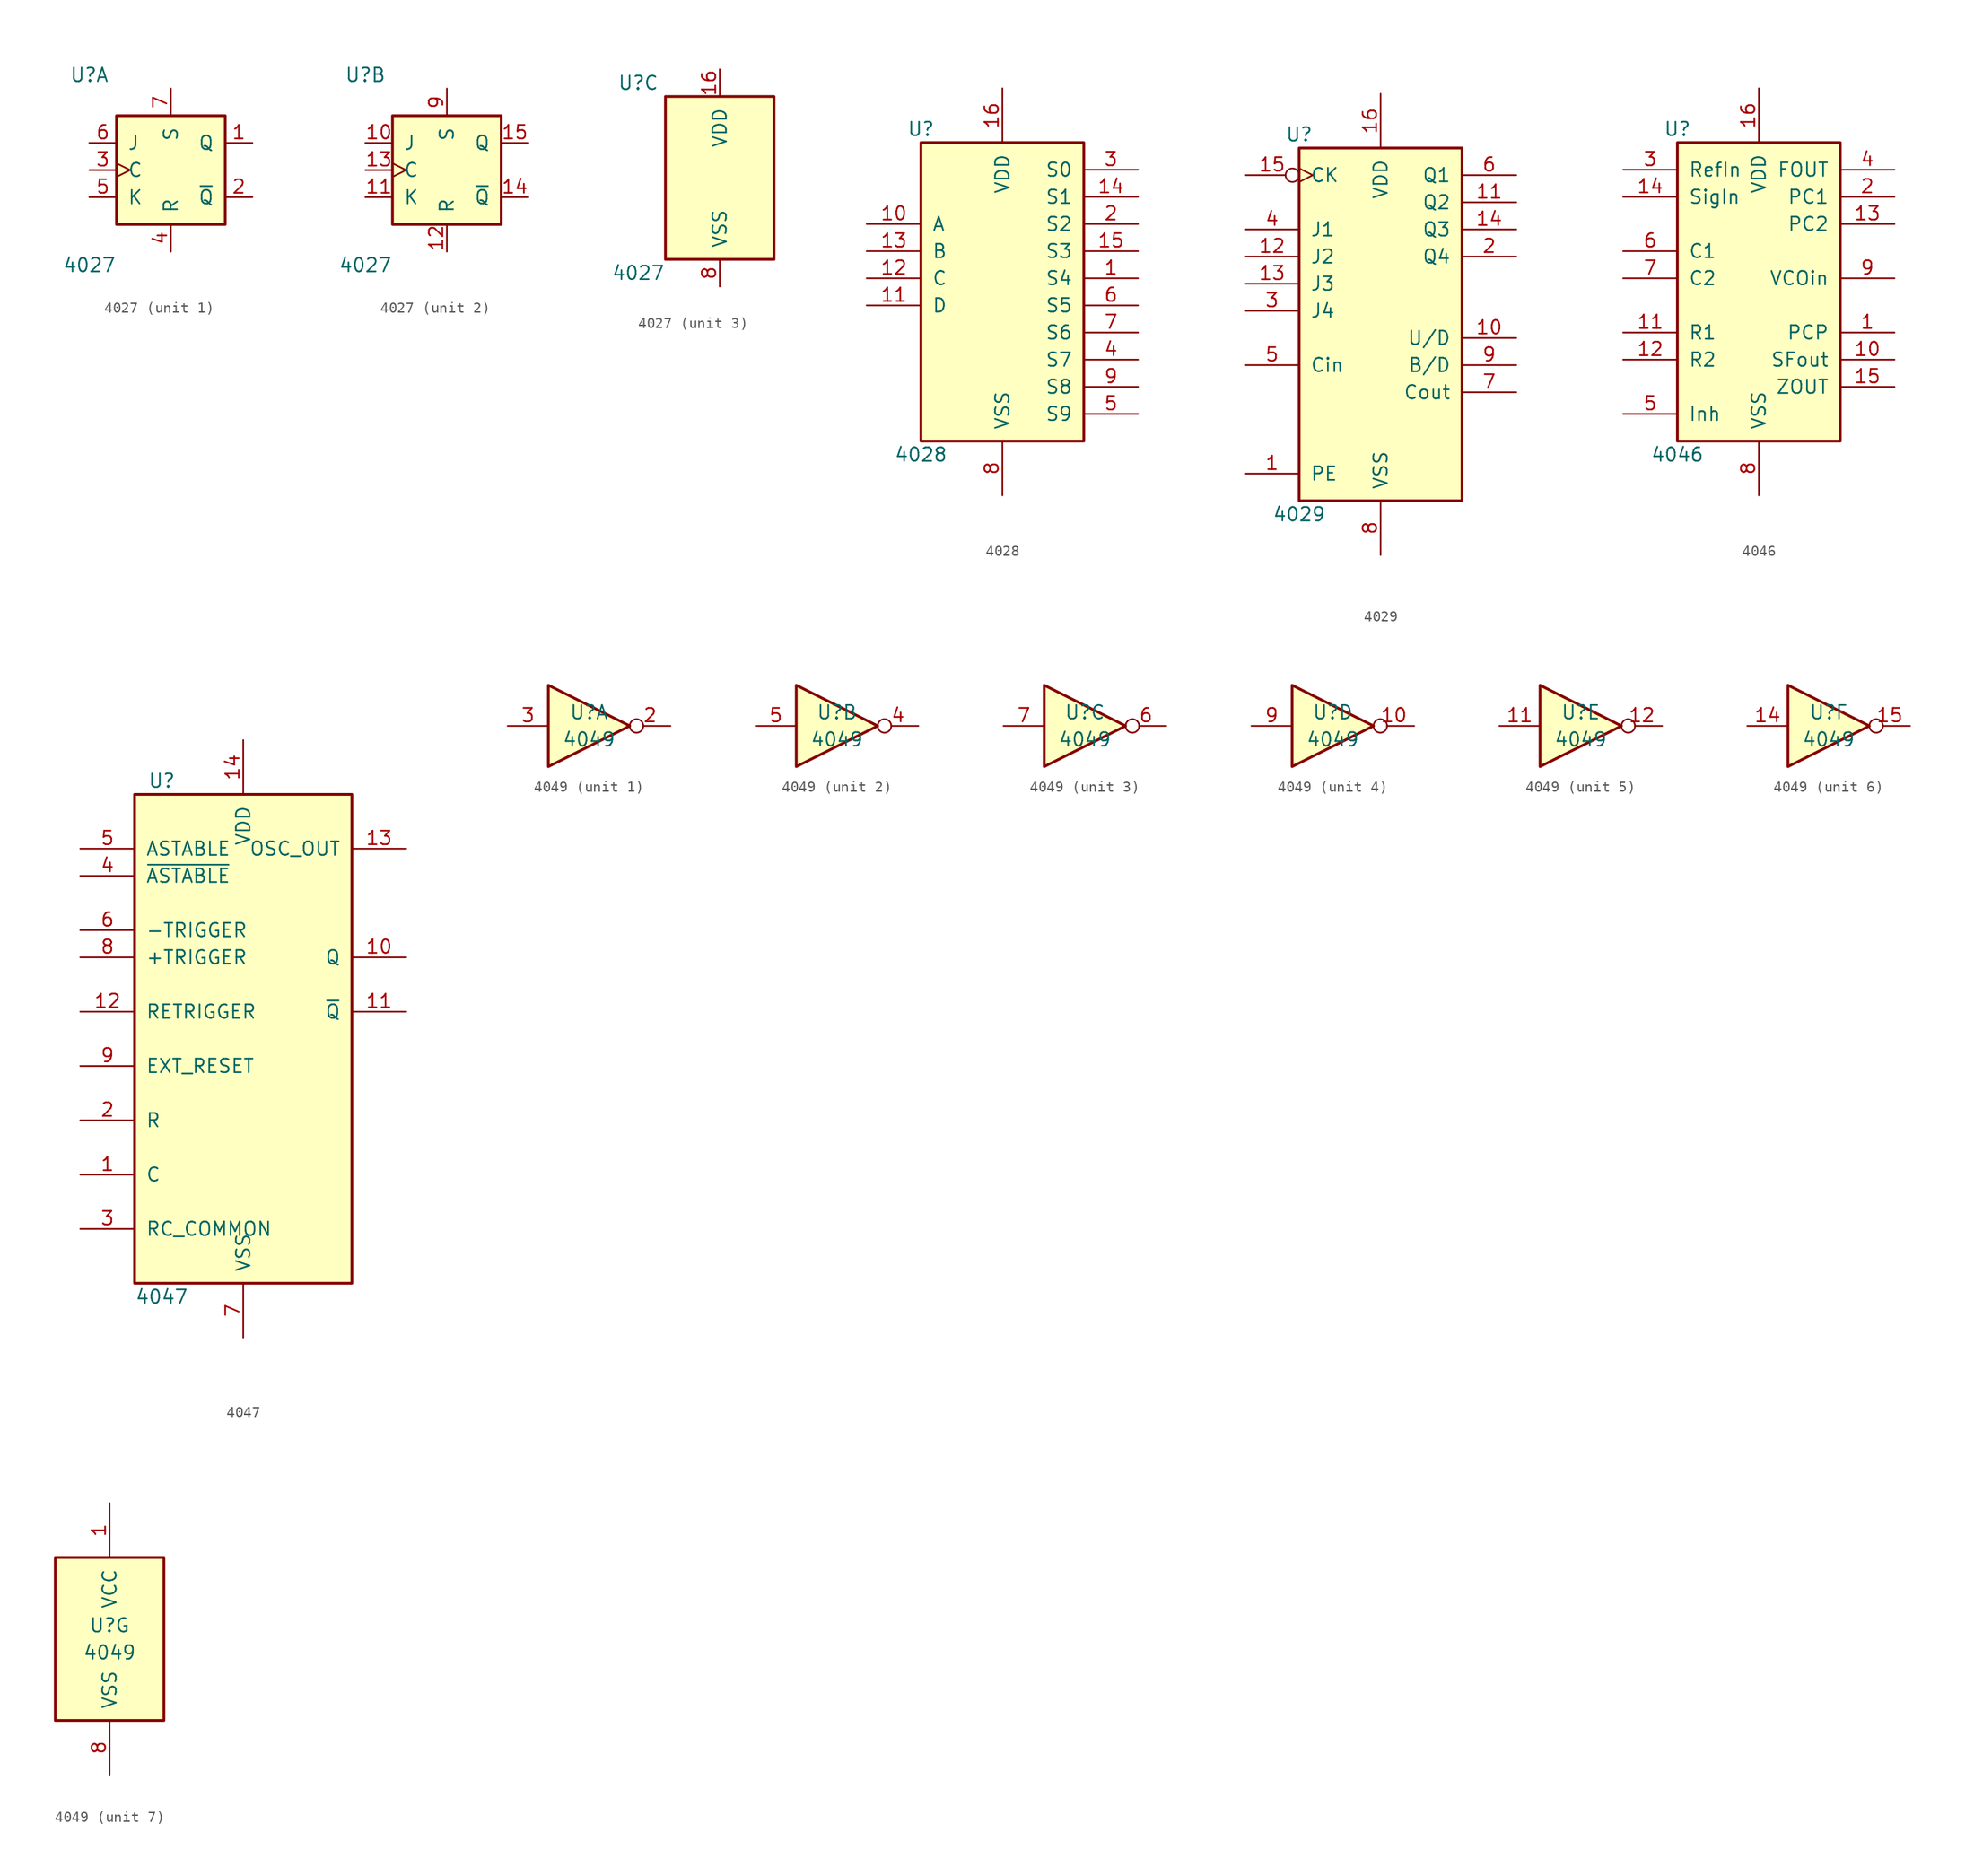
<source format=kicad_sym>
(kicad_symbol_lib
  (version 20201005)
  (generator kicad_symbol_editor)
  (symbol "4027"
    (pin_names
      (offset 1.016))
    (property "Reference" "U"
      (at -7.62 8.89 0)
      (effects (font (size 1.27 1.27))))
    (property "Value" "4027"
      (at -7.62 -8.89 0)
      (effects (font (size 1.27 1.27))))
    (property "ki_locked" ""
      (at 0 0 0)
      (effects (font (size 1.27 1.27))))
    (symbol "4027_1_1"
      (rectangle (start -5.08 5.08) (end 5.08 -5.08) (stroke (width 0.254)) (fill (type background)))
      (pin output line (at 7.62 2.54 180) (length 2.54) (name "Q" (effects (font (size 1.27 1.27)))) (number "1" (effects (font (size 1.27 1.27)))))
      (pin output line (at 7.62 -2.54 180) (length 2.54) (name "~Q" (effects (font (size 1.27 1.27)))) (number "2" (effects (font (size 1.27 1.27)))))
      (pin input clock (at -7.62 0 0) (length 2.54) (name "C" (effects (font (size 1.27 1.27)))) (number "3" (effects (font (size 1.27 1.27)))))
      (pin input line (at 0 -7.62 90) (length 2.54) (name "R" (effects (font (size 1.27 1.27)))) (number "4" (effects (font (size 1.27 1.27)))))
      (pin input line (at -7.62 -2.54 0) (length 2.54) (name "K" (effects (font (size 1.27 1.27)))) (number "5" (effects (font (size 1.27 1.27)))))
      (pin input line (at -7.62 2.54 0) (length 2.54) (name "J" (effects (font (size 1.27 1.27)))) (number "6" (effects (font (size 1.27 1.27)))))
      (pin input line (at 0 7.62 270) (length 2.54) (name "S" (effects (font (size 1.27 1.27)))) (number "7" (effects (font (size 1.27 1.27))))))
    (symbol "4027_2_1"
      (rectangle (start -5.08 5.08) (end 5.08 -5.08) (stroke (width 0.254)) (fill (type background)))
      (pin input line (at -7.62 2.54 0) (length 2.54) (name "J" (effects (font (size 1.27 1.27)))) (number "10" (effects (font (size 1.27 1.27)))))
      (pin input line (at -7.62 -2.54 0) (length 2.54) (name "K" (effects (font (size 1.27 1.27)))) (number "11" (effects (font (size 1.27 1.27)))))
      (pin input line (at 0 -7.62 90) (length 2.54) (name "R" (effects (font (size 1.27 1.27)))) (number "12" (effects (font (size 1.27 1.27)))))
      (pin input clock (at -7.62 0 0) (length 2.54) (name "C" (effects (font (size 1.27 1.27)))) (number "13" (effects (font (size 1.27 1.27)))))
      (pin output line (at 7.62 -2.54 180) (length 2.54) (name "~Q" (effects (font (size 1.27 1.27)))) (number "14" (effects (font (size 1.27 1.27)))))
      (pin output line (at 7.62 2.54 180) (length 2.54) (name "Q" (effects (font (size 1.27 1.27)))) (number "15" (effects (font (size 1.27 1.27)))))
      (pin input line (at 0 7.62 270) (length 2.54) (name "S" (effects (font (size 1.27 1.27)))) (number "9" (effects (font (size 1.27 1.27))))))
    (symbol "4027_3_0"
      (pin power_in line (at 0 10.16 270) (length 2.54) (name "VDD" (effects (font (size 1.27 1.27)))) (number "16" (effects (font (size 1.27 1.27)))))
      (pin power_in line (at 0 -10.16 90) (length 2.54) (name "VSS" (effects (font (size 1.27 1.27)))) (number "8" (effects (font (size 1.27 1.27))))))
    (symbol "4027_3_1"
      (rectangle (start -5.08 7.62) (end 5.08 -7.62) (stroke (width 0.254)) (fill (type background)))))
  (symbol "4028"
    (pin_names
      (offset 1.016))
    (property "Reference" "U"
      (at -7.62 13.97 0)
      (effects (font (size 1.27 1.27))))
    (property "Value" "4028"
      (at -7.62 -16.51 0)
      (effects (font (size 1.27 1.27))))
    (property "ki_locked" ""
      (at 0 0 0)
      (effects (font (size 1.27 1.27))))
    (symbol "4028_1_0"
      (pin output line (at 12.7 0 180) (length 5.08) (name "S4" (effects (font (size 1.27 1.27)))) (number "1" (effects (font (size 1.27 1.27)))))
      (pin input line (at -12.7 5.08 0) (length 5.08) (name "A" (effects (font (size 1.27 1.27)))) (number "10" (effects (font (size 1.27 1.27)))))
      (pin input line (at -12.7 -2.54 0) (length 5.08) (name "D" (effects (font (size 1.27 1.27)))) (number "11" (effects (font (size 1.27 1.27)))))
      (pin input line (at -12.7 0 0) (length 5.08) (name "C" (effects (font (size 1.27 1.27)))) (number "12" (effects (font (size 1.27 1.27)))))
      (pin input line (at -12.7 2.54 0) (length 5.08) (name "B" (effects (font (size 1.27 1.27)))) (number "13" (effects (font (size 1.27 1.27)))))
      (pin output line (at 12.7 7.62 180) (length 5.08) (name "S1" (effects (font (size 1.27 1.27)))) (number "14" (effects (font (size 1.27 1.27)))))
      (pin output line (at 12.7 2.54 180) (length 5.08) (name "S3" (effects (font (size 1.27 1.27)))) (number "15" (effects (font (size 1.27 1.27)))))
      (pin power_in line (at 0 17.78 270) (length 5.08) (name "VDD" (effects (font (size 1.27 1.27)))) (number "16" (effects (font (size 1.27 1.27)))))
      (pin output line (at 12.7 5.08 180) (length 5.08) (name "S2" (effects (font (size 1.27 1.27)))) (number "2" (effects (font (size 1.27 1.27)))))
      (pin output line (at 12.7 10.16 180) (length 5.08) (name "S0" (effects (font (size 1.27 1.27)))) (number "3" (effects (font (size 1.27 1.27)))))
      (pin output line (at 12.7 -7.62 180) (length 5.08) (name "S7" (effects (font (size 1.27 1.27)))) (number "4" (effects (font (size 1.27 1.27)))))
      (pin output line (at 12.7 -12.7 180) (length 5.08) (name "S9" (effects (font (size 1.27 1.27)))) (number "5" (effects (font (size 1.27 1.27)))))
      (pin output line (at 12.7 -2.54 180) (length 5.08) (name "S5" (effects (font (size 1.27 1.27)))) (number "6" (effects (font (size 1.27 1.27)))))
      (pin output line (at 12.7 -5.08 180) (length 5.08) (name "S6" (effects (font (size 1.27 1.27)))) (number "7" (effects (font (size 1.27 1.27)))))
      (pin power_in line (at 0 -20.32 90) (length 5.08) (name "VSS" (effects (font (size 1.27 1.27)))) (number "8" (effects (font (size 1.27 1.27)))))
      (pin output line (at 12.7 -10.16 180) (length 5.08) (name "S8" (effects (font (size 1.27 1.27)))) (number "9" (effects (font (size 1.27 1.27))))))
    (symbol "4028_1_1"
      (rectangle (start -7.62 12.7) (end 7.62 -15.24) (stroke (width 0.254)) (fill (type background)))))
  (symbol "4029"
    (pin_names
      (offset 1.016))
    (property "Reference" "U"
      (at -7.62 16.51 0)
      (effects (font (size 1.27 1.27))))
    (property "Value" "4029"
      (at -7.62 -19.05 0)
      (effects (font (size 1.27 1.27))))
    (property "ki_locked" ""
      (at 0 0 0)
      (effects (font (size 1.27 1.27))))
    (symbol "4029_1_0"
      (pin input line (at -12.7 -15.24 0) (length 5.08) (name "PE" (effects (font (size 1.27 1.27)))) (number "1" (effects (font (size 1.27 1.27)))))
      (pin input line (at 12.7 -2.54 180) (length 5.08) (name "U/D" (effects (font (size 1.27 1.27)))) (number "10" (effects (font (size 1.27 1.27)))))
      (pin output line (at 12.7 10.16 180) (length 5.08) (name "Q2" (effects (font (size 1.27 1.27)))) (number "11" (effects (font (size 1.27 1.27)))))
      (pin input line (at -12.7 5.08 0) (length 5.08) (name "J2" (effects (font (size 1.27 1.27)))) (number "12" (effects (font (size 1.27 1.27)))))
      (pin input line (at -12.7 2.54 0) (length 5.08) (name "J3" (effects (font (size 1.27 1.27)))) (number "13" (effects (font (size 1.27 1.27)))))
      (pin output line (at 12.7 7.62 180) (length 5.08) (name "Q3" (effects (font (size 1.27 1.27)))) (number "14" (effects (font (size 1.27 1.27)))))
      (pin input inverted_clock (at -12.7 12.7 0) (length 5.08) (name "CK" (effects (font (size 1.27 1.27)))) (number "15" (effects (font (size 1.27 1.27)))))
      (pin power_in line (at 0 20.32 270) (length 5.08) (name "VDD" (effects (font (size 1.27 1.27)))) (number "16" (effects (font (size 1.27 1.27)))))
      (pin output line (at 12.7 5.08 180) (length 5.08) (name "Q4" (effects (font (size 1.27 1.27)))) (number "2" (effects (font (size 1.27 1.27)))))
      (pin input line (at -12.7 0 0) (length 5.08) (name "J4" (effects (font (size 1.27 1.27)))) (number "3" (effects (font (size 1.27 1.27)))))
      (pin input line (at -12.7 7.62 0) (length 5.08) (name "J1" (effects (font (size 1.27 1.27)))) (number "4" (effects (font (size 1.27 1.27)))))
      (pin input line (at -12.7 -5.08 0) (length 5.08) (name "Cin" (effects (font (size 1.27 1.27)))) (number "5" (effects (font (size 1.27 1.27)))))
      (pin output line (at 12.7 12.7 180) (length 5.08) (name "Q1" (effects (font (size 1.27 1.27)))) (number "6" (effects (font (size 1.27 1.27)))))
      (pin output line (at 12.7 -7.62 180) (length 5.08) (name "Cout" (effects (font (size 1.27 1.27)))) (number "7" (effects (font (size 1.27 1.27)))))
      (pin power_in line (at 0 -22.86 90) (length 5.08) (name "VSS" (effects (font (size 1.27 1.27)))) (number "8" (effects (font (size 1.27 1.27)))))
      (pin input line (at 12.7 -5.08 180) (length 5.08) (name "B/D" (effects (font (size 1.27 1.27)))) (number "9" (effects (font (size 1.27 1.27))))))
    (symbol "4029_1_1"
      (rectangle (start -7.62 15.24) (end 7.62 -17.78) (stroke (width 0.254)) (fill (type background)))))
  (symbol "4046"
    (pin_names
      (offset 1.016))
    (property "Reference" "U"
      (at -7.62 13.97 0)
      (effects (font (size 1.27 1.27))))
    (property "Value" "4046"
      (at -7.62 -16.51 0)
      (effects (font (size 1.27 1.27))))
    (property "ki_locked" ""
      (at 0 0 0)
      (effects (font (size 1.27 1.27))))
    (symbol "4046_1_0"
      (pin output line (at 12.7 -5.08 180) (length 5.08) (name "PCP" (effects (font (size 1.27 1.27)))) (number "1" (effects (font (size 1.27 1.27)))))
      (pin output line (at 12.7 -7.62 180) (length 5.08) (name "SFout" (effects (font (size 1.27 1.27)))) (number "10" (effects (font (size 1.27 1.27)))))
      (pin input line (at -12.7 -5.08 0) (length 5.08) (name "R1" (effects (font (size 1.27 1.27)))) (number "11" (effects (font (size 1.27 1.27)))))
      (pin input line (at -12.7 -7.62 0) (length 5.08) (name "R2" (effects (font (size 1.27 1.27)))) (number "12" (effects (font (size 1.27 1.27)))))
      (pin tri_state line (at 12.7 5.08 180) (length 5.08) (name "PC2" (effects (font (size 1.27 1.27)))) (number "13" (effects (font (size 1.27 1.27)))))
      (pin input line (at -12.7 10.16 0) (length 5.08) (name "RefIn" (effects (font (size 1.27 1.27)))) (number "3" (effects (font (size 1.27 1.27)))))
      (pin output line (at 12.7 -10.16 180) (length 5.08) (name "ZOUT" (effects (font (size 1.27 1.27)))) (number "15" (effects (font (size 1.27 1.27)))))
      (pin power_in line (at 0 17.78 270) (length 5.08) (name "VDD" (effects (font (size 1.27 1.27)))) (number "16" (effects (font (size 1.27 1.27)))))
      (pin output line (at 12.7 7.62 180) (length 5.08) (name "PC1" (effects (font (size 1.27 1.27)))) (number "2" (effects (font (size 1.27 1.27)))))
      (pin input line (at -12.7 7.62 0) (length 5.08) (name "SigIn" (effects (font (size 1.27 1.27)))) (number "14" (effects (font (size 1.27 1.27)))))
      (pin input line (at 12.7 10.16 180) (length 5.08) (name "FOUT" (effects (font (size 1.27 1.27)))) (number "4" (effects (font (size 1.27 1.27)))))
      (pin input line (at -12.7 -12.7 0) (length 5.08) (name "Inh" (effects (font (size 1.27 1.27)))) (number "5" (effects (font (size 1.27 1.27)))))
      (pin input line (at -12.7 2.54 0) (length 5.08) (name "C1" (effects (font (size 1.27 1.27)))) (number "6" (effects (font (size 1.27 1.27)))))
      (pin input line (at -12.7 0 0) (length 5.08) (name "C2" (effects (font (size 1.27 1.27)))) (number "7" (effects (font (size 1.27 1.27)))))
      (pin power_in line (at 0 -20.32 90) (length 5.08) (name "VSS" (effects (font (size 1.27 1.27)))) (number "8" (effects (font (size 1.27 1.27)))))
      (pin input line (at 12.7 0 180) (length 5.08) (name "VCOin" (effects (font (size 1.27 1.27)))) (number "9" (effects (font (size 1.27 1.27))))))
    (symbol "4046_1_1"
      (rectangle (start -7.62 12.7) (end 7.62 -15.24) (stroke (width 0.254)) (fill (type background)))))
  (symbol "4047"
    (pin_names
      (offset 1.016))
    (property "Reference" "U"
      (at -7.62 24.13 0)
      (effects (font (size 1.27 1.27))))
    (property "Value" "4047"
      (at -7.62 -24.13 0)
      (effects (font (size 1.27 1.27))))
    (property "ki_locked" ""
      (at 0 0 0)
      (effects (font (size 1.27 1.27))))
    (symbol "4047_1_0"
      (pin input line (at -15.24 -12.7 0) (length 5.08) (name "C" (effects (font (size 1.27 1.27)))) (number "1" (effects (font (size 1.27 1.27)))))
      (pin output line (at 15.24 7.62 180) (length 5.08) (name "Q" (effects (font (size 1.27 1.27)))) (number "10" (effects (font (size 1.27 1.27)))))
      (pin output line (at 15.24 2.54 180) (length 5.08) (name "~Q" (effects (font (size 1.27 1.27)))) (number "11" (effects (font (size 1.27 1.27)))))
      (pin input line (at -15.24 2.54 0) (length 5.08) (name "RETRIGGER" (effects (font (size 1.27 1.27)))) (number "12" (effects (font (size 1.27 1.27)))))
      (pin output line (at 15.24 17.78 180) (length 5.08) (name "OSC_OUT" (effects (font (size 1.27 1.27)))) (number "13" (effects (font (size 1.27 1.27)))))
      (pin power_in line (at 0 27.94 270) (length 5.08) (name "VDD" (effects (font (size 1.27 1.27)))) (number "14" (effects (font (size 1.27 1.27)))))
      (pin input line (at -15.24 -7.62 0) (length 5.08) (name "R" (effects (font (size 1.27 1.27)))) (number "2" (effects (font (size 1.27 1.27)))))
      (pin input line (at -15.24 -17.78 0) (length 5.08) (name "RC_COMMON" (effects (font (size 1.27 1.27)))) (number "3" (effects (font (size 1.27 1.27)))))
      (pin input line (at -15.24 15.24 0) (length 5.08) (name "~ASTABLE" (effects (font (size 1.27 1.27)))) (number "4" (effects (font (size 1.27 1.27)))))
      (pin input line (at -15.24 17.78 0) (length 5.08) (name "ASTABLE" (effects (font (size 1.27 1.27)))) (number "5" (effects (font (size 1.27 1.27)))))
      (pin input line (at -15.24 10.16 0) (length 5.08) (name "-TRIGGER" (effects (font (size 1.27 1.27)))) (number "6" (effects (font (size 1.27 1.27)))))
      (pin power_in line (at 0 -27.94 90) (length 5.08) (name "VSS" (effects (font (size 1.27 1.27)))) (number "7" (effects (font (size 1.27 1.27)))))
      (pin input line (at -15.24 7.62 0) (length 5.08) (name "+TRIGGER" (effects (font (size 1.27 1.27)))) (number "8" (effects (font (size 1.27 1.27)))))
      (pin input line (at -15.24 -2.54 0) (length 5.08) (name "EXT_RESET" (effects (font (size 1.27 1.27)))) (number "9" (effects (font (size 1.27 1.27))))))
    (symbol "4047_1_1"
      (rectangle (start -10.16 22.86) (end 10.16 -22.86) (stroke (width 0.254)) (fill (type background)))))
  (symbol "4049"
    (pin_names
      (offset 1.016))
    (property "Reference" "U"
      (at 0 1.27 0)
      (effects (font (size 1.27 1.27))))
    (property "Value" "4049"
      (at 0 -1.27 0)
      (effects (font (size 1.27 1.27))))
    (property "ki_locked" ""
      (at 0 0 0)
      (effects (font (size 1.27 1.27))))
    (symbol "4049_1_0"
      (polyline (pts (xy -3.81 3.81) (xy -3.81 -3.81) (xy 3.81 0) (xy -3.81 3.81)) (stroke (width 0.254)) (fill (type background)))
      (pin output inverted (at 7.62 0 180) (length 3.81) (name "~" (effects (font (size 1.27 1.27)))) (number "2" (effects (font (size 1.27 1.27)))))
      (pin input line (at -7.62 0 0) (length 3.81) (name "~" (effects (font (size 1.27 1.27)))) (number "3" (effects (font (size 1.27 1.27))))))
    (symbol "4049_2_0"
      (polyline (pts (xy -3.81 3.81) (xy -3.81 -3.81) (xy 3.81 0) (xy -3.81 3.81)) (stroke (width 0.254)) (fill (type background)))
      (pin output inverted (at 7.62 0 180) (length 3.81) (name "~" (effects (font (size 1.27 1.27)))) (number "4" (effects (font (size 1.27 1.27)))))
      (pin input line (at -7.62 0 0) (length 3.81) (name "~" (effects (font (size 1.27 1.27)))) (number "5" (effects (font (size 1.27 1.27))))))
    (symbol "4049_3_0"
      (polyline (pts (xy -3.81 3.81) (xy -3.81 -3.81) (xy 3.81 0) (xy -3.81 3.81)) (stroke (width 0.254)) (fill (type background)))
      (pin output inverted (at 7.62 0 180) (length 3.81) (name "~" (effects (font (size 1.27 1.27)))) (number "6" (effects (font (size 1.27 1.27)))))
      (pin input line (at -7.62 0 0) (length 3.81) (name "~" (effects (font (size 1.27 1.27)))) (number "7" (effects (font (size 1.27 1.27))))))
    (symbol "4049_4_0"
      (polyline (pts (xy -3.81 3.81) (xy -3.81 -3.81) (xy 3.81 0) (xy -3.81 3.81)) (stroke (width 0.254)) (fill (type background)))
      (pin output inverted (at 7.62 0 180) (length 3.81) (name "~" (effects (font (size 1.27 1.27)))) (number "10" (effects (font (size 1.27 1.27)))))
      (pin input line (at -7.62 0 0) (length 3.81) (name "~" (effects (font (size 1.27 1.27)))) (number "9" (effects (font (size 1.27 1.27))))))
    (symbol "4049_5_0"
      (polyline (pts (xy -3.81 3.81) (xy -3.81 -3.81) (xy 3.81 0) (xy -3.81 3.81)) (stroke (width 0.254)) (fill (type background)))
      (pin input line (at -7.62 0 0) (length 3.81) (name "~" (effects (font (size 1.27 1.27)))) (number "11" (effects (font (size 1.27 1.27)))))
      (pin output inverted (at 7.62 0 180) (length 3.81) (name "~" (effects (font (size 1.27 1.27)))) (number "12" (effects (font (size 1.27 1.27))))))
    (symbol "4049_6_0"
      (polyline (pts (xy -3.81 3.81) (xy -3.81 -3.81) (xy 3.81 0) (xy -3.81 3.81)) (stroke (width 0.254)) (fill (type background)))
      (pin input line (at -7.62 0 0) (length 3.81) (name "~" (effects (font (size 1.27 1.27)))) (number "14" (effects (font (size 1.27 1.27)))))
      (pin output inverted (at 7.62 0 180) (length 3.81) (name "~" (effects (font (size 1.27 1.27)))) (number "15" (effects (font (size 1.27 1.27))))))
    (symbol "4049_7_0"
      (pin power_in line (at 0 12.7 270) (length 5.08) (name "VCC" (effects (font (size 1.27 1.27)))) (number "1" (effects (font (size 1.27 1.27)))))
      (pin power_in line (at 0 -12.7 90) (length 5.08) (name "VSS" (effects (font (size 1.27 1.27)))) (number "8" (effects (font (size 1.27 1.27))))))
    (symbol "4049_7_1"
      (rectangle (start -5.08 7.62) (end 5.08 -7.62) (stroke (width 0.254)) (fill (type background))))))
</source>
